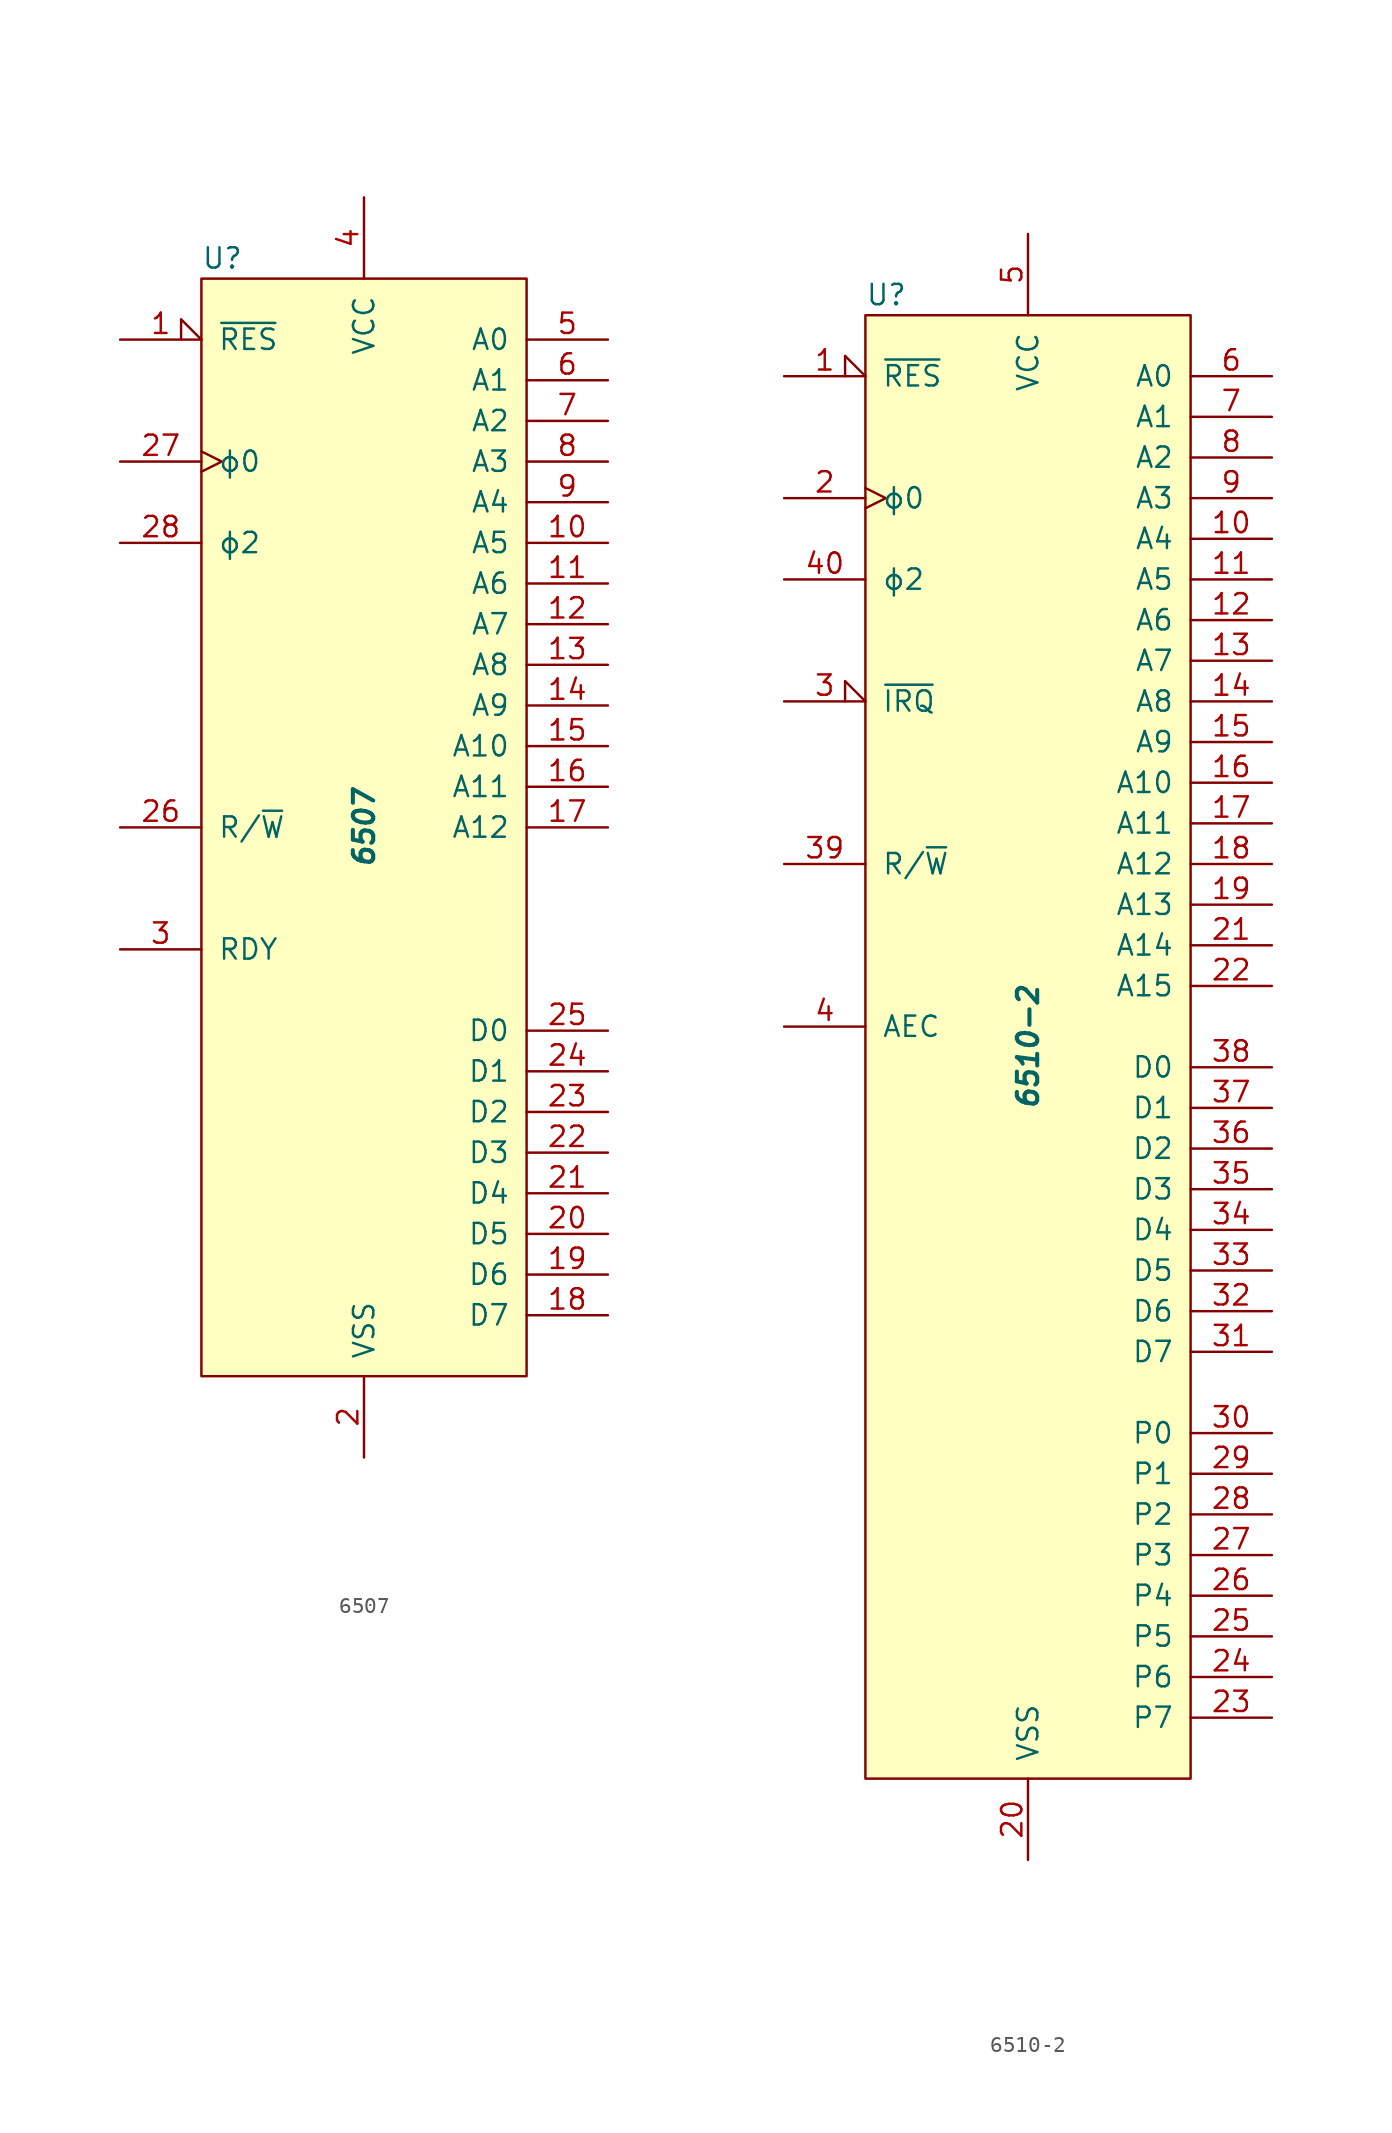
<source format=kicad_sym>
(kicad_symbol_lib
  (version 20211014)
  (generator kicad_symbol_editor)
  (symbol "6507"
    (pin_names
      (offset 1.016))
    (property "Reference" "U"
      (at -10.16 35.56 0)
      (effects (font (size 1.27 1.27)) (justify left)))
    (property "Value" "6507"
      (at 0 0 90)
      (effects (font (size 1.27 1.27) bold italic)))
    (symbol "6507_0_1"
      (rectangle (start -10.16 34.29) (end 10.16 -34.29) (stroke (width 0) (type default) (color 0 0 0 0)) (fill (type background))))
    (symbol "6507_1_1"
      (pin input input_low (at -15.24 30.48 0) (length 5.08) (name "~{RES}" (effects (font (size 1.27 1.27)))) (number "1" (effects (font (size 1.27 1.27)))))
      (pin output line (at 15.24 17.78 180) (length 5.08) (name "A5" (effects (font (size 1.27 1.27)))) (number "10" (effects (font (size 1.27 1.27)))))
      (pin output line (at 15.24 15.24 180) (length 5.08) (name "A6" (effects (font (size 1.27 1.27)))) (number "11" (effects (font (size 1.27 1.27)))))
      (pin output line (at 15.24 12.7 180) (length 5.08) (name "A7" (effects (font (size 1.27 1.27)))) (number "12" (effects (font (size 1.27 1.27)))))
      (pin output line (at 15.24 10.16 180) (length 5.08) (name "A8" (effects (font (size 1.27 1.27)))) (number "13" (effects (font (size 1.27 1.27)))))
      (pin output line (at 15.24 7.62 180) (length 5.08) (name "A9" (effects (font (size 1.27 1.27)))) (number "14" (effects (font (size 1.27 1.27)))))
      (pin output line (at 15.24 5.08 180) (length 5.08) (name "A10" (effects (font (size 1.27 1.27)))) (number "15" (effects (font (size 1.27 1.27)))))
      (pin output line (at 15.24 2.54 180) (length 5.08) (name "A11" (effects (font (size 1.27 1.27)))) (number "16" (effects (font (size 1.27 1.27)))))
      (pin output line (at 15.24 0 180) (length 5.08) (name "A12" (effects (font (size 1.27 1.27)))) (number "17" (effects (font (size 1.27 1.27)))))
      (pin bidirectional line (at 15.24 -30.48 180) (length 5.08) (name "D7" (effects (font (size 1.27 1.27)))) (number "18" (effects (font (size 1.27 1.27)))))
      (pin bidirectional line (at 15.24 -27.94 180) (length 5.08) (name "D6" (effects (font (size 1.27 1.27)))) (number "19" (effects (font (size 1.27 1.27)))))
      (pin power_in line (at 0 -39.37 90) (length 5.08) (name "VSS" (effects (font (size 1.27 1.27)))) (number "2" (effects (font (size 1.27 1.27)))))
      (pin bidirectional line (at 15.24 -25.4 180) (length 5.08) (name "D5" (effects (font (size 1.27 1.27)))) (number "20" (effects (font (size 1.27 1.27)))))
      (pin bidirectional line (at 15.24 -22.86 180) (length 5.08) (name "D4" (effects (font (size 1.27 1.27)))) (number "21" (effects (font (size 1.27 1.27)))))
      (pin bidirectional line (at 15.24 -20.32 180) (length 5.08) (name "D3" (effects (font (size 1.27 1.27)))) (number "22" (effects (font (size 1.27 1.27)))))
      (pin bidirectional line (at 15.24 -17.78 180) (length 5.08) (name "D2" (effects (font (size 1.27 1.27)))) (number "23" (effects (font (size 1.27 1.27)))))
      (pin bidirectional line (at 15.24 -15.24 180) (length 5.08) (name "D1" (effects (font (size 1.27 1.27)))) (number "24" (effects (font (size 1.27 1.27)))))
      (pin bidirectional line (at 15.24 -12.7 180) (length 5.08) (name "D0" (effects (font (size 1.27 1.27)))) (number "25" (effects (font (size 1.27 1.27)))))
      (pin output line (at -15.24 0 0) (length 5.08) (name "R/~{W}" (effects (font (size 1.27 1.27)))) (number "26" (effects (font (size 1.27 1.27)))))
      (pin input clock (at -15.24 22.86 0) (length 5.08) (name "ϕ0" (effects (font (size 1.27 1.27)))) (number "27" (effects (font (size 1.27 1.27)))))
      (pin output line (at -15.24 17.78 0) (length 5.08) (name "ϕ2" (effects (font (size 1.27 1.27)))) (number "28" (effects (font (size 1.27 1.27)))))
      (pin input line (at -15.24 -7.62 0) (length 5.08) (name "RDY" (effects (font (size 1.27 1.27)))) (number "3" (effects (font (size 1.27 1.27)))))
      (pin power_in line (at 0 39.37 270) (length 5.08) (name "VCC" (effects (font (size 1.27 1.27)))) (number "4" (effects (font (size 1.27 1.27)))))
      (pin output line (at 15.24 30.48 180) (length 5.08) (name "A0" (effects (font (size 1.27 1.27)))) (number "5" (effects (font (size 1.27 1.27)))))
      (pin output line (at 15.24 27.94 180) (length 5.08) (name "A1" (effects (font (size 1.27 1.27)))) (number "6" (effects (font (size 1.27 1.27)))))
      (pin output line (at 15.24 25.4 180) (length 5.08) (name "A2" (effects (font (size 1.27 1.27)))) (number "7" (effects (font (size 1.27 1.27)))))
      (pin output line (at 15.24 22.86 180) (length 5.08) (name "A3" (effects (font (size 1.27 1.27)))) (number "8" (effects (font (size 1.27 1.27)))))
      (pin output line (at 15.24 20.32 180) (length 5.08) (name "A4" (effects (font (size 1.27 1.27)))) (number "9" (effects (font (size 1.27 1.27)))))))
  (symbol "6510-2"
    (pin_names
      (offset 1.016))
    (property "Reference" "U"
      (at -10.16 46.99 0)
      (effects (font (size 1.27 1.27)) (justify left)))
    (property "Value" "6510-2"
      (at 0 0 90)
      (effects (font (size 1.27 1.27) bold italic)))
    (symbol "6510-2_0_1"
      (rectangle (start -10.16 45.72) (end 10.16 -45.72) (stroke (width 0) (type default) (color 0 0 0 0)) (fill (type background))))
    (symbol "6510-2_1_1"
      (pin input input_low (at -15.24 41.91 0) (length 5.08) (name "~{RES}" (effects (font (size 1.27 1.27)))) (number "1" (effects (font (size 1.27 1.27)))))
      (pin tri_state line (at 15.24 31.75 180) (length 5.08) (name "A4" (effects (font (size 1.27 1.27)))) (number "10" (effects (font (size 1.27 1.27)))))
      (pin tri_state line (at 15.24 29.21 180) (length 5.08) (name "A5" (effects (font (size 1.27 1.27)))) (number "11" (effects (font (size 1.27 1.27)))))
      (pin tri_state line (at 15.24 26.67 180) (length 5.08) (name "A6" (effects (font (size 1.27 1.27)))) (number "12" (effects (font (size 1.27 1.27)))))
      (pin tri_state line (at 15.24 24.13 180) (length 5.08) (name "A7" (effects (font (size 1.27 1.27)))) (number "13" (effects (font (size 1.27 1.27)))))
      (pin tri_state line (at 15.24 21.59 180) (length 5.08) (name "A8" (effects (font (size 1.27 1.27)))) (number "14" (effects (font (size 1.27 1.27)))))
      (pin tri_state line (at 15.24 19.05 180) (length 5.08) (name "A9" (effects (font (size 1.27 1.27)))) (number "15" (effects (font (size 1.27 1.27)))))
      (pin tri_state line (at 15.24 16.51 180) (length 5.08) (name "A10" (effects (font (size 1.27 1.27)))) (number "16" (effects (font (size 1.27 1.27)))))
      (pin tri_state line (at 15.24 13.97 180) (length 5.08) (name "A11" (effects (font (size 1.27 1.27)))) (number "17" (effects (font (size 1.27 1.27)))))
      (pin tri_state line (at 15.24 11.43 180) (length 5.08) (name "A12" (effects (font (size 1.27 1.27)))) (number "18" (effects (font (size 1.27 1.27)))))
      (pin tri_state line (at 15.24 8.89 180) (length 5.08) (name "A13" (effects (font (size 1.27 1.27)))) (number "19" (effects (font (size 1.27 1.27)))))
      (pin input clock (at -15.24 34.29 0) (length 5.08) (name "ϕ0" (effects (font (size 1.27 1.27)))) (number "2" (effects (font (size 1.27 1.27)))))
      (pin power_in line (at 0 -50.8 90) (length 5.08) (name "VSS" (effects (font (size 1.27 1.27)))) (number "20" (effects (font (size 1.27 1.27)))))
      (pin tri_state line (at 15.24 6.35 180) (length 5.08) (name "A14" (effects (font (size 1.27 1.27)))) (number "21" (effects (font (size 1.27 1.27)))))
      (pin tri_state line (at 15.24 3.81 180) (length 5.08) (name "A15" (effects (font (size 1.27 1.27)))) (number "22" (effects (font (size 1.27 1.27)))))
      (pin bidirectional line (at 15.24 -41.91 180) (length 5.08) (name "P7" (effects (font (size 1.27 1.27)))) (number "23" (effects (font (size 1.27 1.27)))))
      (pin bidirectional line (at 15.24 -39.37 180) (length 5.08) (name "P6" (effects (font (size 1.27 1.27)))) (number "24" (effects (font (size 1.27 1.27)))))
      (pin bidirectional line (at 15.24 -36.83 180) (length 5.08) (name "P5" (effects (font (size 1.27 1.27)))) (number "25" (effects (font (size 1.27 1.27)))))
      (pin bidirectional line (at 15.24 -34.29 180) (length 5.08) (name "P4" (effects (font (size 1.27 1.27)))) (number "26" (effects (font (size 1.27 1.27)))))
      (pin bidirectional line (at 15.24 -31.75 180) (length 5.08) (name "P3" (effects (font (size 1.27 1.27)))) (number "27" (effects (font (size 1.27 1.27)))))
      (pin bidirectional line (at 15.24 -29.21 180) (length 5.08) (name "P2" (effects (font (size 1.27 1.27)))) (number "28" (effects (font (size 1.27 1.27)))))
      (pin bidirectional line (at 15.24 -26.67 180) (length 5.08) (name "P1" (effects (font (size 1.27 1.27)))) (number "29" (effects (font (size 1.27 1.27)))))
      (pin input input_low (at -15.24 21.59 0) (length 5.08) (name "~{IRQ}" (effects (font (size 1.27 1.27)))) (number "3" (effects (font (size 1.27 1.27)))))
      (pin bidirectional line (at 15.24 -24.13 180) (length 5.08) (name "P0" (effects (font (size 1.27 1.27)))) (number "30" (effects (font (size 1.27 1.27)))))
      (pin bidirectional line (at 15.24 -19.05 180) (length 5.08) (name "D7" (effects (font (size 1.27 1.27)))) (number "31" (effects (font (size 1.27 1.27)))))
      (pin bidirectional line (at 15.24 -16.51 180) (length 5.08) (name "D6" (effects (font (size 1.27 1.27)))) (number "32" (effects (font (size 1.27 1.27)))))
      (pin bidirectional line (at 15.24 -13.97 180) (length 5.08) (name "D5" (effects (font (size 1.27 1.27)))) (number "33" (effects (font (size 1.27 1.27)))))
      (pin bidirectional line (at 15.24 -11.43 180) (length 5.08) (name "D4" (effects (font (size 1.27 1.27)))) (number "34" (effects (font (size 1.27 1.27)))))
      (pin bidirectional line (at 15.24 -8.89 180) (length 5.08) (name "D3" (effects (font (size 1.27 1.27)))) (number "35" (effects (font (size 1.27 1.27)))))
      (pin bidirectional line (at 15.24 -6.35 180) (length 5.08) (name "D2" (effects (font (size 1.27 1.27)))) (number "36" (effects (font (size 1.27 1.27)))))
      (pin bidirectional line (at 15.24 -3.81 180) (length 5.08) (name "D1" (effects (font (size 1.27 1.27)))) (number "37" (effects (font (size 1.27 1.27)))))
      (pin bidirectional line (at 15.24 -1.27 180) (length 5.08) (name "D0" (effects (font (size 1.27 1.27)))) (number "38" (effects (font (size 1.27 1.27)))))
      (pin tri_state line (at -15.24 11.43 0) (length 5.08) (name "R/~{W}" (effects (font (size 1.27 1.27)))) (number "39" (effects (font (size 1.27 1.27)))))
      (pin input line (at -15.24 1.27 0) (length 5.08) (name "AEC" (effects (font (size 1.27 1.27)))) (number "4" (effects (font (size 1.27 1.27)))))
      (pin output line (at -15.24 29.21 0) (length 5.08) (name "ϕ2" (effects (font (size 1.27 1.27)))) (number "40" (effects (font (size 1.27 1.27)))))
      (pin power_in line (at 0 50.8 270) (length 5.08) (name "VCC" (effects (font (size 1.27 1.27)))) (number "5" (effects (font (size 1.27 1.27)))))
      (pin tri_state line (at 15.24 41.91 180) (length 5.08) (name "A0" (effects (font (size 1.27 1.27)))) (number "6" (effects (font (size 1.27 1.27)))))
      (pin tri_state line (at 15.24 39.37 180) (length 5.08) (name "A1" (effects (font (size 1.27 1.27)))) (number "7" (effects (font (size 1.27 1.27)))))
      (pin tri_state line (at 15.24 36.83 180) (length 5.08) (name "A2" (effects (font (size 1.27 1.27)))) (number "8" (effects (font (size 1.27 1.27)))))
      (pin tri_state line (at 15.24 34.29 180) (length 5.08) (name "A3" (effects (font (size 1.27 1.27)))) (number "9" (effects (font (size 1.27 1.27))))))))
</source>
